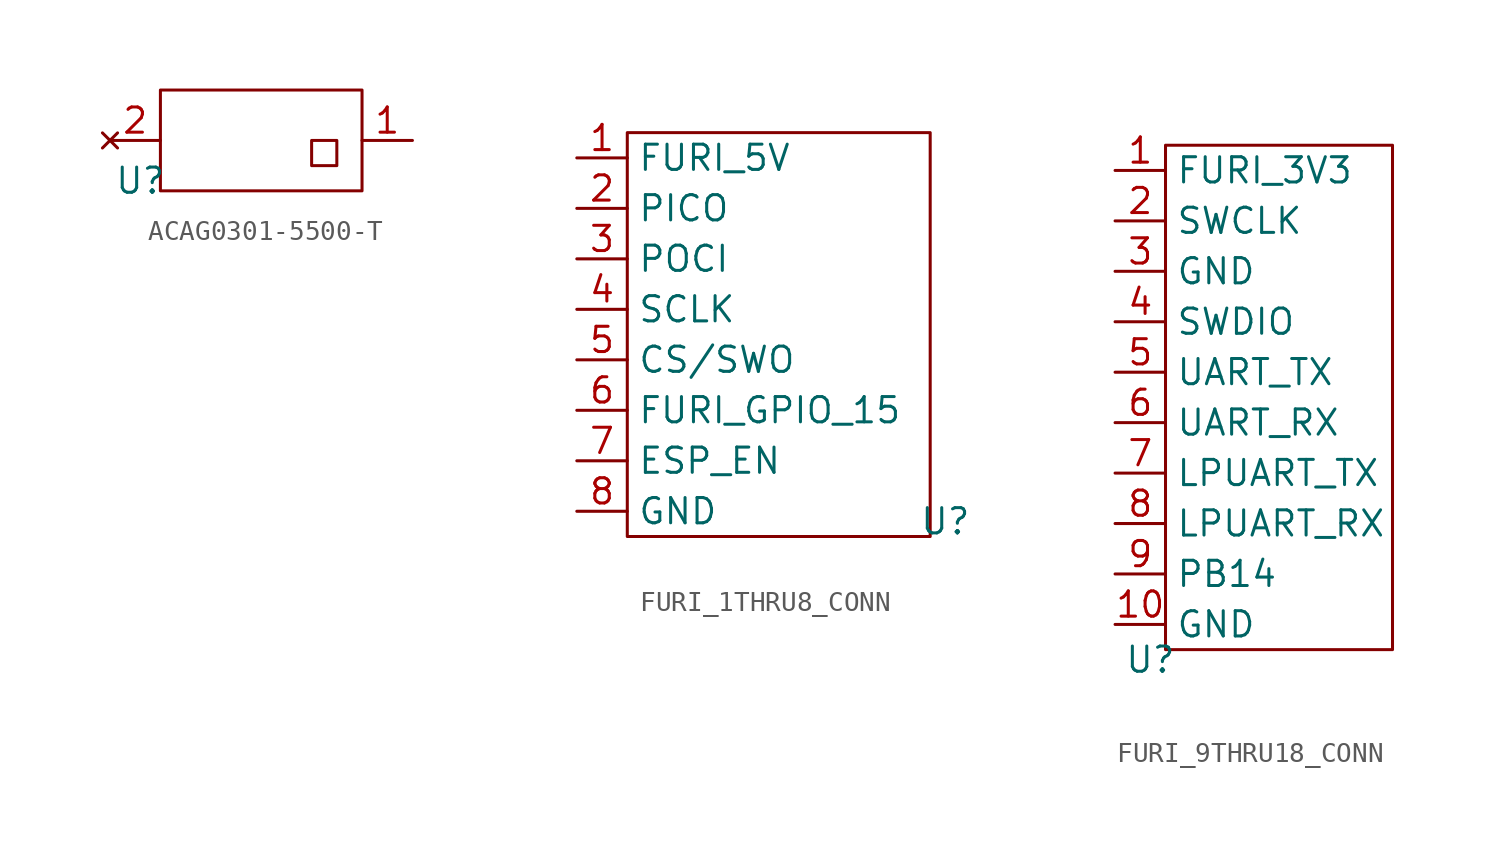
<source format=kicad_sym>
(kicad_symbol_lib
  (version 20241209)
  (generator "kicad_symbol_editor")
  (generator_version "9.0")
  (symbol "ACAG0301-5500-T"
    (property "Reference" "U"
      (at -6.096 -2.032 0)
      (effects (font (size 1.27 1.27))))
    (property "Value" ""
      (at 0 0 0)
      (effects (font (size 1.27 1.27))))
    (symbol "ACAG0301-5500-T_0_1"
      (rectangle (start -5.08 -2.54) (end 5.08 2.54) (stroke (width 0) (type default)) (fill (type none)))
      (rectangle (start 2.54 0) (end 3.81 -1.27) (stroke (width 0) (type default)) (fill (type none))))
    (symbol "ACAG0301-5500-T_1_1"
      (pin no_connect line (at -7.62 0 0) (length 2.54) (name "" (effects (font (size 1.27 1.27)))) (number "2" (effects (font (size 1.27 1.27)))))
      (pin passive line (at 7.62 0 180) (length 2.54) (name "" (effects (font (size 1.27 1.27)))) (number "1" (effects (font (size 1.27 1.27)))))))
  (symbol "FURI_1THRU8_CONN"
    (property "Reference" "U"
      (at 10.922 -10.668 0)
      (effects (font (size 1.27 1.27))))
    (property "Value" ""
      (at 0 0 0)
      (effects (font (size 1.27 1.27))))
    (symbol "FURI_1THRU8_CONN_0_1"
      (rectangle (start -5.08 8.89) (end 10.16 -11.43) (stroke (width 0) (type default)) (fill (type none))))
    (symbol "FURI_1THRU8_CONN_1_1"
      (pin passive line (at -7.62 7.62 0) (length 2.54) (name "FURI_5V" (effects (font (size 1.27 1.27)))) (number "1" (effects (font (size 1.27 1.27)))))
      (pin passive line (at -7.62 5.08 0) (length 2.54) (name "PICO" (effects (font (size 1.27 1.27)))) (number "2" (effects (font (size 1.27 1.27)))))
      (pin passive line (at -7.62 2.54 0) (length 2.54) (name "POCI" (effects (font (size 1.27 1.27)))) (number "3" (effects (font (size 1.27 1.27)))))
      (pin passive line (at -7.62 0 0) (length 2.54) (name "SCLK" (effects (font (size 1.27 1.27)))) (number "4" (effects (font (size 1.27 1.27)))))
      (pin passive line (at -7.62 -2.54 0) (length 2.54) (name "CS/SWO" (effects (font (size 1.27 1.27)))) (number "5" (effects (font (size 1.27 1.27)))))
      (pin passive line (at -7.62 -5.08 0) (length 2.54) (name "FURI_GPIO_15" (effects (font (size 1.27 1.27)))) (number "6" (effects (font (size 1.27 1.27)))))
      (pin passive line (at -7.62 -7.62 0) (length 2.54) (name "ESP_EN" (effects (font (size 1.27 1.27)))) (number "7" (effects (font (size 1.27 1.27)))))
      (pin passive line (at -7.62 -10.16 0) (length 2.54) (name "GND" (effects (font (size 1.27 1.27)))) (number "8" (effects (font (size 1.27 1.27)))))))
  (symbol "FURI_9THRU18_CONN"
    (property "Reference" "U"
      (at -5.842 -18.288 0)
      (effects (font (size 1.27 1.27))))
    (property "Value" ""
      (at 0 0 0)
      (effects (font (size 1.27 1.27))))
    (symbol "FURI_9THRU18_CONN_0_1"
      (rectangle (start -5.08 7.62) (end 6.35 -17.78) (stroke (width 0) (type default)) (fill (type none))))
    (symbol "FURI_9THRU18_CONN_1_1"
      (pin passive line (at -7.62 6.35 0) (length 2.54) (name "FURI_3V3" (effects (font (size 1.27 1.27)))) (number "1" (effects (font (size 1.27 1.27)))))
      (pin passive line (at -7.62 3.81 0) (length 2.54) (name "SWCLK" (effects (font (size 1.27 1.27)))) (number "2" (effects (font (size 1.27 1.27)))))
      (pin passive line (at -7.62 1.27 0) (length 2.54) (name "GND" (effects (font (size 1.27 1.27)))) (number "3" (effects (font (size 1.27 1.27)))))
      (pin passive line (at -7.62 -1.27 0) (length 2.54) (name "SWDIO" (effects (font (size 1.27 1.27)))) (number "4" (effects (font (size 1.27 1.27)))))
      (pin passive line (at -7.62 -3.81 0) (length 2.54) (name "UART_TX" (effects (font (size 1.27 1.27)))) (number "5" (effects (font (size 1.27 1.27)))))
      (pin passive line (at -7.62 -6.35 0) (length 2.54) (name "UART_RX" (effects (font (size 1.27 1.27)))) (number "6" (effects (font (size 1.27 1.27)))))
      (pin passive line (at -7.62 -8.89 0) (length 2.54) (name "LPUART_TX" (effects (font (size 1.27 1.27)))) (number "7" (effects (font (size 1.27 1.27)))))
      (pin passive line (at -7.62 -11.43 0) (length 2.54) (name "LPUART_RX" (effects (font (size 1.27 1.27)))) (number "8" (effects (font (size 1.27 1.27)))))
      (pin passive line (at -7.62 -13.97 0) (length 2.54) (name "PB14" (effects (font (size 1.27 1.27)))) (number "9" (effects (font (size 1.27 1.27)))))
      (pin passive line (at -7.62 -16.51 0) (length 2.54) (name "GND" (effects (font (size 1.27 1.27)))) (number "10" (effects (font (size 1.27 1.27))))))))
</source>
